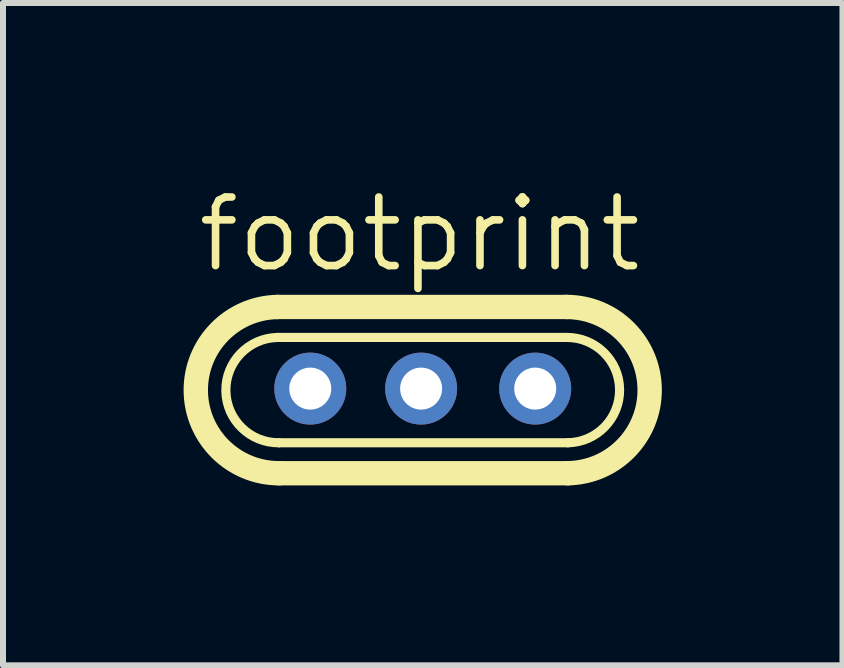
<source format=kicad_pcb>
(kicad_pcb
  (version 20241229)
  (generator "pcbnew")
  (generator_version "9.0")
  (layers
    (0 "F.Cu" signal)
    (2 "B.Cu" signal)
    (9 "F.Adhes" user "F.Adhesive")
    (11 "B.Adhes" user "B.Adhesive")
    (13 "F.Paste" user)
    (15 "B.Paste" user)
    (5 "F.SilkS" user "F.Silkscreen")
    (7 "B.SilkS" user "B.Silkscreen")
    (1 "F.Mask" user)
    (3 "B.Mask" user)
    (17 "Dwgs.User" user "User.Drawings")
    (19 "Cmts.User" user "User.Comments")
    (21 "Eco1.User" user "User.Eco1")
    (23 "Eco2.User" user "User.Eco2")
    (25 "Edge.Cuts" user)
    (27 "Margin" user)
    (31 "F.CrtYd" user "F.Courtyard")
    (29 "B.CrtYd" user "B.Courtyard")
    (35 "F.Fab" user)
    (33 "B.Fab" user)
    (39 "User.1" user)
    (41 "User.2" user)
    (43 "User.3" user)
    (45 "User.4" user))
  (footprint "footprint"
    (layer "F.Cu")
    (at 3.998 3.429)
    (property "Reference" "footprint" (at -3.81 -1.905 0) (layer "F.SilkS") (effects (font (size 1.143 1.143) (thickness 0.127)) (justify left bottom)))
    (fp_line (start -2.421 -1.361) (end 2.396 -1.361) (stroke (width 0.406) (type solid)) (layer "F.SilkS"))
    (fp_line (start -2.396 0.903) (end 2.421 0.903) (stroke (width 0.152) (type solid)) (layer "F.SilkS"))
    (fp_line (start -2.396 1.411) (end 2.421 1.411) (stroke (width 0.406) (type solid)) (layer "F.SilkS"))
    (fp_line (start 2.396 -0.853) (end -2.421 -0.853) (stroke (width 0.152) (type solid)) (layer "F.SilkS"))
    (fp_arc (start -2.396 0.903) (mid -3.2865 0.0375) (end -2.421 -0.853) (stroke (width 0.1524) (type solid)) (layer "F.SilkS"))
    (fp_arc (start -2.396 1.411) (mid -3.7945 0.0375) (end -2.421 -1.361) (stroke (width 0.4064) (type solid)) (layer "F.SilkS"))
    (fp_arc (start 2.396 -1.361) (mid 3.7945 0.0125) (end 2.421 1.411) (stroke (width 0.4064) (type solid)) (layer "F.SilkS"))
    (fp_arc (start 2.396 -0.853) (mid 3.2865 0.0125) (end 2.421 0.903) (stroke (width 0.1524) (type solid)) (layer "F.SilkS"))
    (pad "1" thru_hole circle (at -1.875 0) (size 1.2 1.2) (drill 0.7) (layers "*.Cu" "*.Mask"))
    (pad "2" thru_hole circle (at -0.027 0) (size 1.2 1.2) (drill 0.7) (layers "*.Cu" "*.Mask"))
    (pad "3" thru_hole circle (at 1.875 0) (size 1.2 1.2) (drill 0.7) (layers "*.Cu" "*.Mask")))
  (gr_rect
    (start -3 -3)
    (end 10.996 8.043)
    (stroke (width 0.1) (type default))
    (fill no)
    (layer "Edge.Cuts")))
</source>
